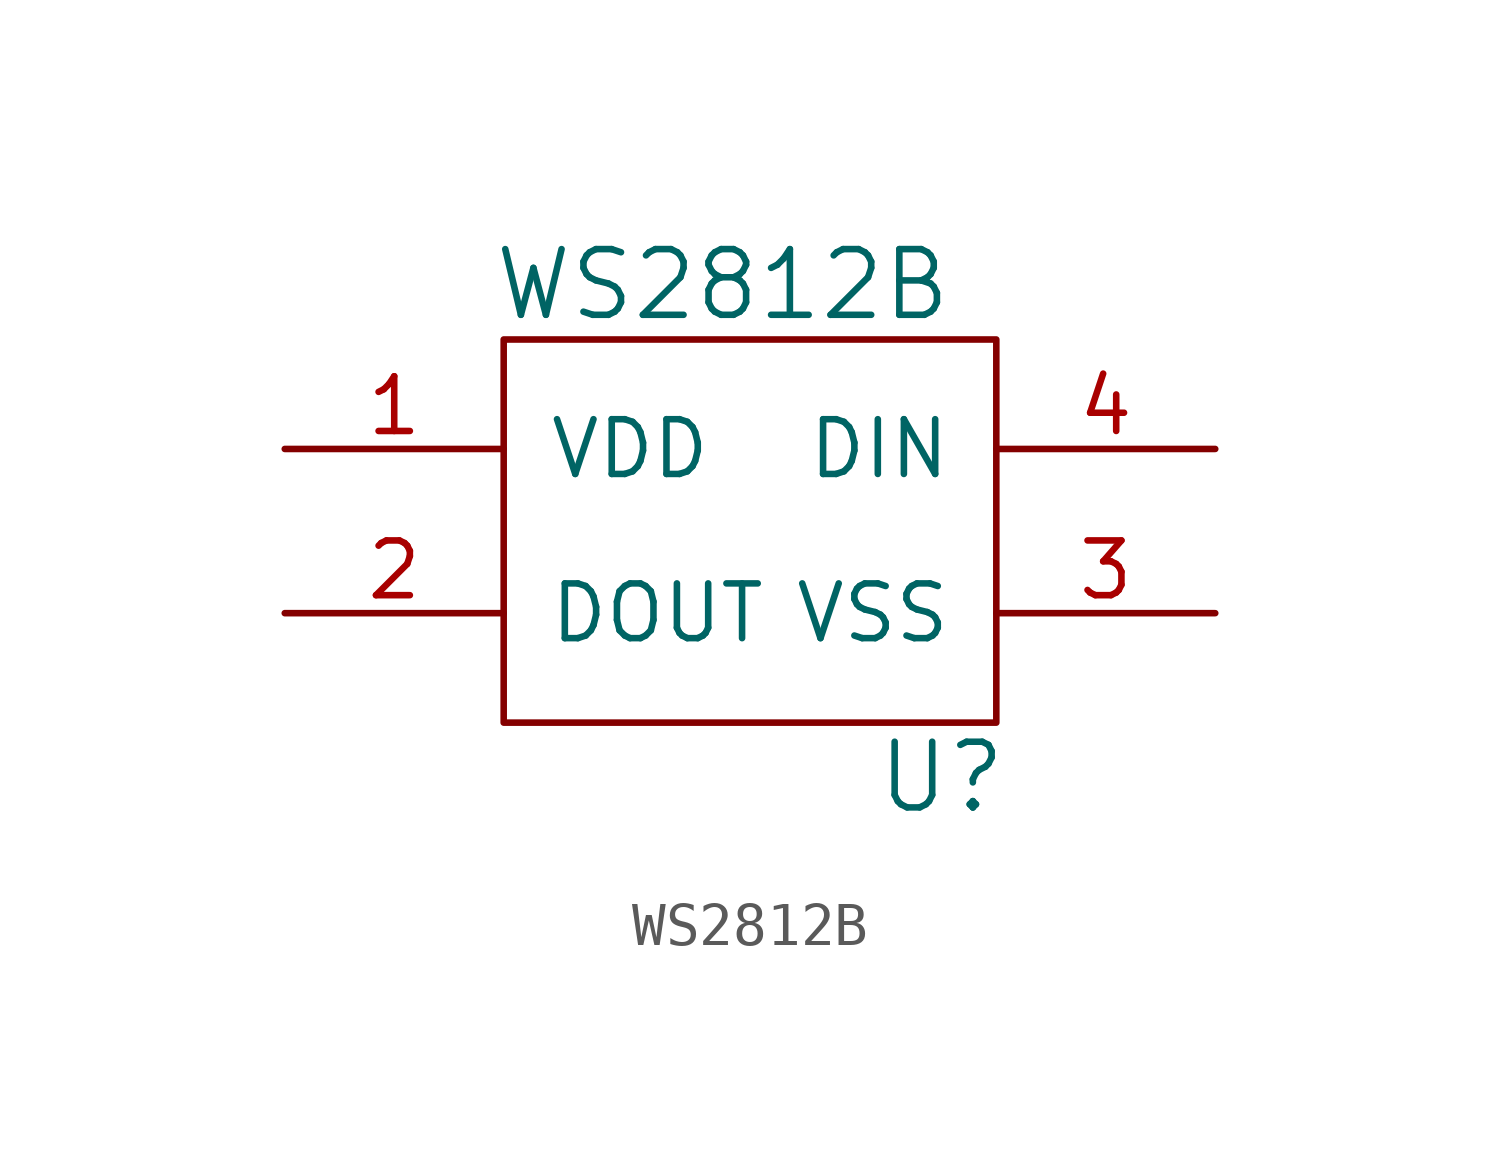
<source format=kicad_sym>
(kicad_symbol_lib
  (version 20211014)
  (generator kicad_symbol_editor)
  (symbol "WS2812B"
    (pin_names
      (offset 1.016))
    (property "Reference" "U"
      (at 5.08 -6.35 0)
      (effects (font (size 1.524 1.524))))
    (property "Value" "WS2812B"
      (at 0 5.08 0)
      (effects (font (size 1.524 1.524))))
    (symbol "WS2812B_0_1"
      (rectangle (start -5.08 3.81) (end 6.35 -5.08) (stroke (width 0) (type default) (color 0 0 0 0)) (fill (type none))))
    (symbol "WS2812B_1_1"
      (pin power_in line (at -10.16 1.27 0) (length 5.08) (name "VDD" (effects (font (size 1.27 1.27)))) (number "1" (effects (font (size 1.27 1.27)))))
      (pin input line (at -10.16 -2.54 0) (length 5.08) (name "DOUT" (effects (font (size 1.27 1.27)))) (number "2" (effects (font (size 1.27 1.27)))))
      (pin power_in line (at 11.43 -2.54 180) (length 5.08) (name "VSS" (effects (font (size 1.27 1.27)))) (number "3" (effects (font (size 1.27 1.27)))))
      (pin input line (at 11.43 1.27 180) (length 5.08) (name "DIN" (effects (font (size 1.27 1.27)))) (number "4" (effects (font (size 1.27 1.27))))))))
</source>
